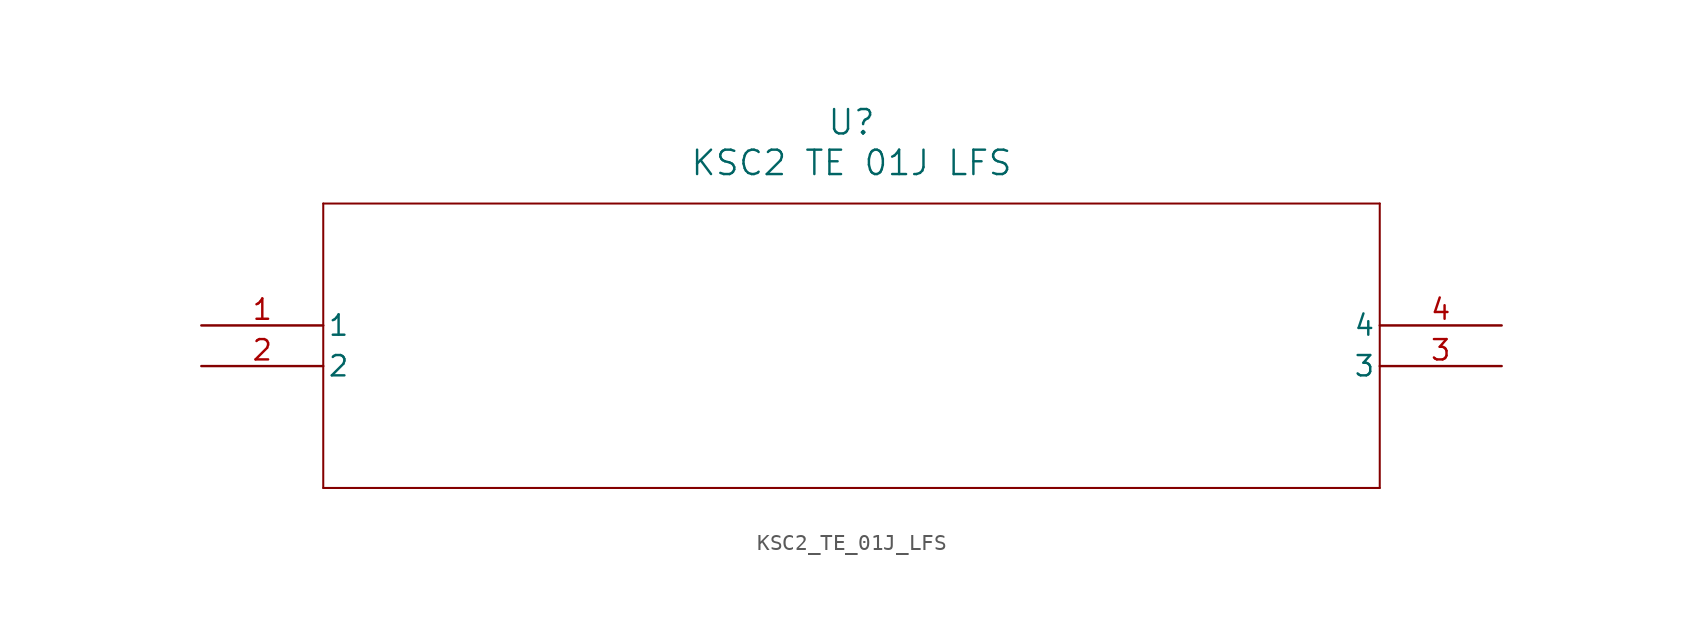
<source format=kicad_sym>
(kicad_symbol_lib
  (version 20211014)
  (generator kicad_symbol_editor)
  (symbol "KSC2_TE_01J_LFS"
    (pin_names
      (offset 0.254))
    (property "Reference" "U"
      (at 40.64 12.7 0)
      (effects (font (size 1.524 1.524))))
    (property "Value" "KSC2 TE 01J LFS"
      (at 40.64 10.16 0)
      (effects (font (size 1.524 1.524))))
    (symbol "KSC2_TE_01J_LFS_0_1"
      (polyline (pts (xy 7.62 7.62) (xy 7.62 -10.16)) (stroke (width 0.127) (type default) (color 0 0 0 0)) (fill (type none)))
      (polyline (pts (xy 7.62 -10.16) (xy 73.66 -10.16)) (stroke (width 0.127) (type default) (color 0 0 0 0)) (fill (type none)))
      (polyline (pts (xy 73.66 -10.16) (xy 73.66 7.62)) (stroke (width 0.127) (type default) (color 0 0 0 0)) (fill (type none)))
      (polyline (pts (xy 73.66 7.62) (xy 7.62 7.62)) (stroke (width 0.127) (type default) (color 0 0 0 0)) (fill (type none)))
      (pin unspecified line (at 0 0 0) (length 7.62) (name "1" (effects (font (size 1.27 1.27)))) (number "1" (effects (font (size 1.27 1.27)))))
      (pin unspecified line (at 0 -2.54 0) (length 7.62) (name "2" (effects (font (size 1.27 1.27)))) (number "2" (effects (font (size 1.27 1.27)))))
      (pin unspecified line (at 81.28 -2.54 180) (length 7.62) (name "3" (effects (font (size 1.27 1.27)))) (number "3" (effects (font (size 1.27 1.27)))))
      (pin unspecified line (at 81.28 0 180) (length 7.62) (name "4" (effects (font (size 1.27 1.27)))) (number "4" (effects (font (size 1.27 1.27))))))))
</source>
